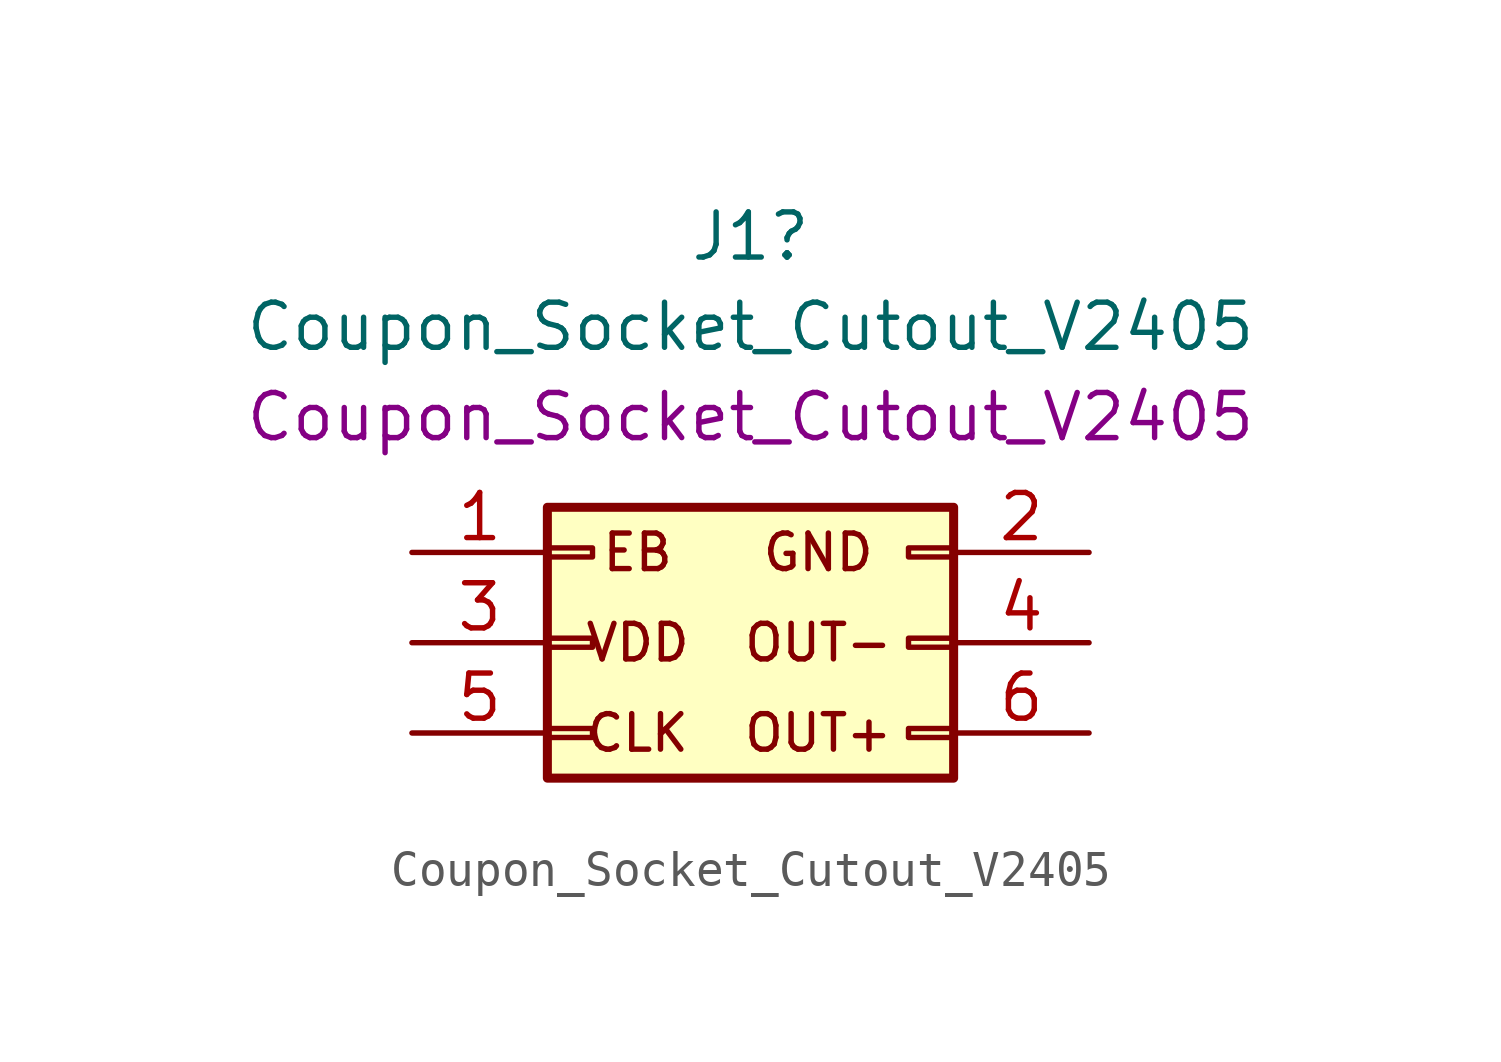
<source format=kicad_sym>
(kicad_symbol_lib
  (version 20231120)
  (generator "kicad_symbol_editor")
  (generator_version "8.0")
  (symbol "Coupon_Socket_Cutout_V2405"
    (pin_names
      (offset 1.016) hide)
    (property "Reference" "J1"
      (at -0.635 11.43 0)
      (effects (font (size 1.27 1.27))))
    (property "Value" "Coupon_Socket_Cutout_V2405"
      (at -0.635 8.89 0)
      (effects (font (size 1.27 1.27))))
    (property "Manufacturer" "Coupon_Socket_Cutout_V2405"
      (at -0.635 6.35 0)
      (effects (font (size 1.27 1.27))))
    (symbol "Coupon_Socket_Cutout_V2405_1_1"
      (rectangle (start -6.35 -2.413) (end -5.08 -2.667) (stroke (width 0.152) (type default)) (fill (type none)))
      (rectangle (start -6.35 0.127) (end -5.08 -0.127) (stroke (width 0.152) (type default)) (fill (type none)))
      (rectangle (start -6.35 2.667) (end -5.08 2.413) (stroke (width 0.152) (type default)) (fill (type none)))
      (rectangle (start -6.35 3.81) (end 5.08 -3.81) (stroke (width 0.254) (type default)) (fill (type background)))
      (rectangle (start 3.81 -2.413) (end 5.08 -2.667) (stroke (width 0.152) (type default)) (fill (type none)))
      (rectangle (start 3.81 0.127) (end 5.08 -0.127) (stroke (width 0.152) (type default)) (fill (type none)))
      (rectangle (start 3.81 2.667) (end 5.08 2.413) (stroke (width 0.152) (type default)) (fill (type none)))
      (text "CLK" (at -3.81 -2.54 0) (effects (font (size 1 1))))
      (text "EB" (at -3.81 2.54 0) (effects (font (size 1 1))))
      (text "GND" (at 1.27 2.54 0) (effects (font (size 1 1))))
      (text "OUT+" (at 1.27 -2.54 0) (effects (font (size 1 1))))
      (text "OUT-" (at 1.27 0 0) (effects (font (size 1 1))))
      (text "VDD" (at -3.81 0 0) (effects (font (size 1 1))))
      (pin passive line (at -10.16 2.54 0) (length 3.81) (name "Pin_1" (effects (font (size 1.27 1.27)))) (number "1" (effects (font (size 1.27 1.27)))))
      (pin passive line (at 8.89 2.54 180) (length 3.81) (name "Pin_2" (effects (font (size 1.27 1.27)))) (number "2" (effects (font (size 1.27 1.27)))))
      (pin passive line (at -10.16 0 0) (length 3.81) (name "Pin_3" (effects (font (size 1.27 1.27)))) (number "3" (effects (font (size 1.27 1.27)))))
      (pin passive line (at 8.89 0 180) (length 3.81) (name "Pin_4" (effects (font (size 1.27 1.27)))) (number "4" (effects (font (size 1.27 1.27)))))
      (pin passive line (at -10.16 -2.54 0) (length 3.81) (name "Pin_5" (effects (font (size 1.27 1.27)))) (number "5" (effects (font (size 1.27 1.27)))))
      (pin passive line (at 8.89 -2.54 180) (length 3.81) (name "Pin_6" (effects (font (size 1.27 1.27)))) (number "6" (effects (font (size 1.27 1.27))))))))
</source>
